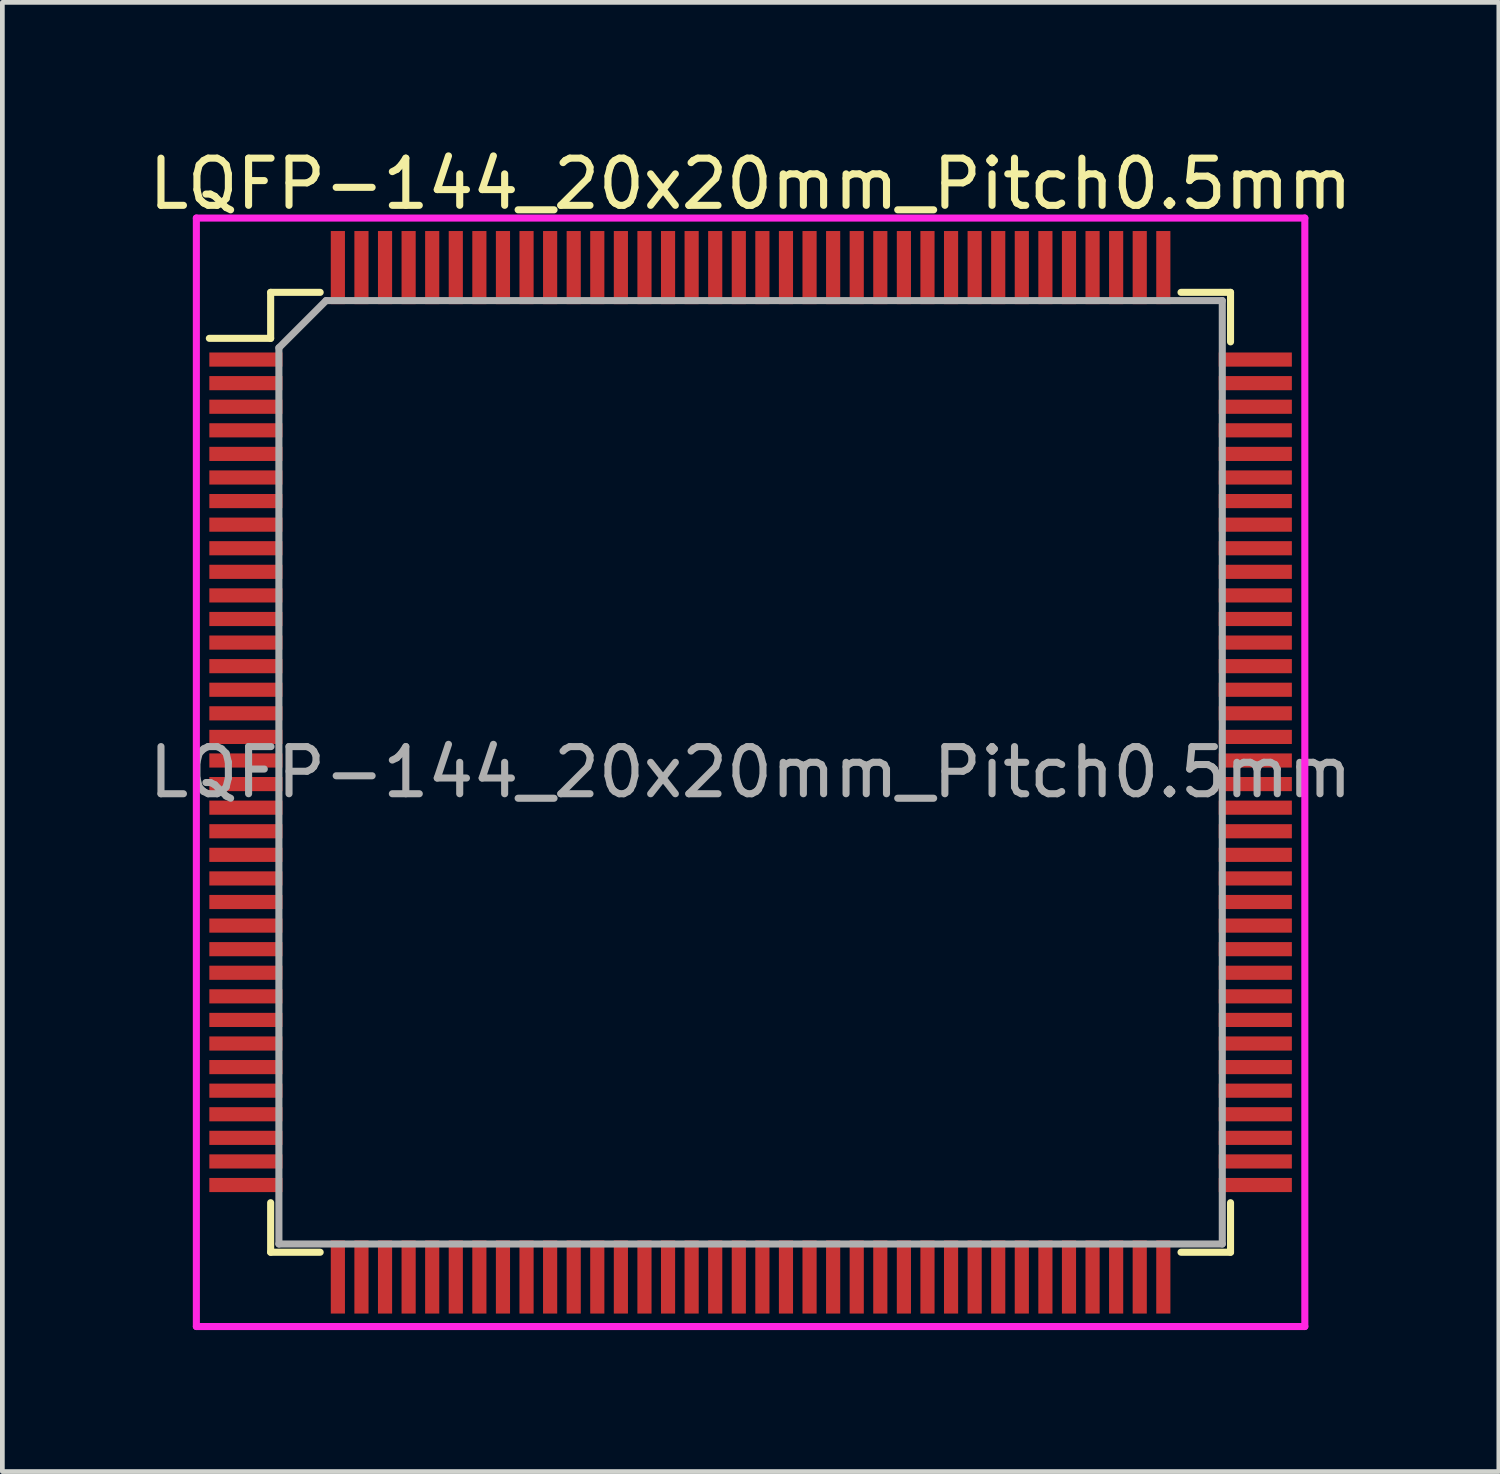
<source format=kicad_pcb>
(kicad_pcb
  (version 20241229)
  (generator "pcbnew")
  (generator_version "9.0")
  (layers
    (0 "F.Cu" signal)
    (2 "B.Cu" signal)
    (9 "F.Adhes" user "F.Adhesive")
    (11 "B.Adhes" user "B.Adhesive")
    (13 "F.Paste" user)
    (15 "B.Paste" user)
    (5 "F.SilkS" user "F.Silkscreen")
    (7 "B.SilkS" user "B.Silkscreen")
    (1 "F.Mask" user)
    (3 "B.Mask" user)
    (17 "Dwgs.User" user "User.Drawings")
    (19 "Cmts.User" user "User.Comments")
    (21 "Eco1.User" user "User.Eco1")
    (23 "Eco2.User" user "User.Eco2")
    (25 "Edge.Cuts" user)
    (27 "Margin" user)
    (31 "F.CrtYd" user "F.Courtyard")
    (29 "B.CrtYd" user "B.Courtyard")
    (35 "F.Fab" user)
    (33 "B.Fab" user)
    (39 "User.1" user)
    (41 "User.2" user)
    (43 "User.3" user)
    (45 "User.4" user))
  (footprint "LQFP-144_20x20mm_Pitch0.5mm"
    (layer "F.Cu")
    (at 12.863 13.323)
    (property "Reference" "LQFP-144_20x20mm_Pitch0.5mm" (at 0 -12.475 0) (layer "F.SilkS") (effects (font (size 1 1) (thickness 0.15))))
    (attr smd)
    (fp_line (start -10.175 -10.175) (end -10.175 -9.2) (stroke (width 0.15) (type solid)) (layer "F.SilkS"))
    (fp_line (start -10.175 -10.175) (end -9.125 -10.175) (stroke (width 0.15) (type solid)) (layer "F.SilkS"))
    (fp_line (start -10.175 -9.2) (end -11.475 -9.2) (stroke (width 0.15) (type solid)) (layer "F.SilkS"))
    (fp_line (start -10.175 10.175) (end -10.175 9.125) (stroke (width 0.15) (type solid)) (layer "F.SilkS"))
    (fp_line (start -10.175 10.175) (end -9.125 10.175) (stroke (width 0.15) (type solid)) (layer "F.SilkS"))
    (fp_line (start 10.175 -10.175) (end 9.125 -10.175) (stroke (width 0.15) (type solid)) (layer "F.SilkS"))
    (fp_line (start 10.175 -10.175) (end 10.175 -9.125) (stroke (width 0.15) (type solid)) (layer "F.SilkS"))
    (fp_line (start 10.175 10.175) (end 9.125 10.175) (stroke (width 0.15) (type solid)) (layer "F.SilkS"))
    (fp_line (start 10.175 10.175) (end 10.175 9.125) (stroke (width 0.15) (type solid)) (layer "F.SilkS"))
    (fp_line (start -11.75 -11.75) (end -11.75 11.75) (stroke (width 0.15) (type solid)) (layer "F.CrtYd"))
    (fp_line (start -11.75 -11.75) (end 11.75 -11.75) (stroke (width 0.15) (type solid)) (layer "F.CrtYd"))
    (fp_line (start -11.75 11.75) (end 11.75 11.75) (stroke (width 0.15) (type solid)) (layer "F.CrtYd"))
    (fp_line (start 11.75 -11.75) (end 11.75 11.75) (stroke (width 0.15) (type solid)) (layer "F.CrtYd"))
    (fp_line (start -10 -9) (end -9 -10) (stroke (width 0.15) (type solid)) (layer "F.Fab"))
    (fp_line (start -10 10) (end -10 -9) (stroke (width 0.15) (type solid)) (layer "F.Fab"))
    (fp_line (start -9 -10) (end 10 -10) (stroke (width 0.15) (type solid)) (layer "F.Fab"))
    (fp_line (start 10 -10) (end 10 10) (stroke (width 0.15) (type solid)) (layer "F.Fab"))
    (fp_line (start 10 10) (end -10 10) (stroke (width 0.15) (type solid)) (layer "F.Fab"))
    (fp_text user "${REFERENCE}" (at 0 0 0) (layer "F.Fab") (effects (font (size 1 1) (thickness 0.15))))
    (pad "1" smd rect (at -10.7 -8.75) (size 1.55 0.3) (layers "F.Cu" "F.Mask" "F.Paste"))
    (pad "2" smd rect (at -10.7 -8.25) (size 1.55 0.3) (layers "F.Cu" "F.Mask" "F.Paste"))
    (pad "3" smd rect (at -10.7 -7.75) (size 1.55 0.3) (layers "F.Cu" "F.Mask" "F.Paste"))
    (pad "4" smd rect (at -10.7 -7.25) (size 1.55 0.3) (layers "F.Cu" "F.Mask" "F.Paste"))
    (pad "5" smd rect (at -10.7 -6.75) (size 1.55 0.3) (layers "F.Cu" "F.Mask" "F.Paste"))
    (pad "6" smd rect (at -10.7 -6.25) (size 1.55 0.3) (layers "F.Cu" "F.Mask" "F.Paste"))
    (pad "7" smd rect (at -10.7 -5.75) (size 1.55 0.3) (layers "F.Cu" "F.Mask" "F.Paste"))
    (pad "8" smd rect (at -10.7 -5.25) (size 1.55 0.3) (layers "F.Cu" "F.Mask" "F.Paste"))
    (pad "9" smd rect (at -10.7 -4.75) (size 1.55 0.3) (layers "F.Cu" "F.Mask" "F.Paste"))
    (pad "10" smd rect (at -10.7 -4.25) (size 1.55 0.3) (layers "F.Cu" "F.Mask" "F.Paste"))
    (pad "11" smd rect (at -10.7 -3.75) (size 1.55 0.3) (layers "F.Cu" "F.Mask" "F.Paste"))
    (pad "12" smd rect (at -10.7 -3.25) (size 1.55 0.3) (layers "F.Cu" "F.Mask" "F.Paste"))
    (pad "13" smd rect (at -10.7 -2.75) (size 1.55 0.3) (layers "F.Cu" "F.Mask" "F.Paste"))
    (pad "14" smd rect (at -10.7 -2.25) (size 1.55 0.3) (layers "F.Cu" "F.Mask" "F.Paste"))
    (pad "15" smd rect (at -10.7 -1.75) (size 1.55 0.3) (layers "F.Cu" "F.Mask" "F.Paste"))
    (pad "16" smd rect (at -10.7 -1.25) (size 1.55 0.3) (layers "F.Cu" "F.Mask" "F.Paste"))
    (pad "17" smd rect (at -10.7 -0.75) (size 1.55 0.3) (layers "F.Cu" "F.Mask" "F.Paste"))
    (pad "18" smd rect (at -10.7 -0.25) (size 1.55 0.3) (layers "F.Cu" "F.Mask" "F.Paste"))
    (pad "19" smd rect (at -10.7 0.25) (size 1.55 0.3) (layers "F.Cu" "F.Mask" "F.Paste"))
    (pad "20" smd rect (at -10.7 0.75) (size 1.55 0.3) (layers "F.Cu" "F.Mask" "F.Paste"))
    (pad "21" smd rect (at -10.7 1.25) (size 1.55 0.3) (layers "F.Cu" "F.Mask" "F.Paste"))
    (pad "22" smd rect (at -10.7 1.75) (size 1.55 0.3) (layers "F.Cu" "F.Mask" "F.Paste"))
    (pad "23" smd rect (at -10.7 2.25) (size 1.55 0.3) (layers "F.Cu" "F.Mask" "F.Paste"))
    (pad "24" smd rect (at -10.7 2.75) (size 1.55 0.3) (layers "F.Cu" "F.Mask" "F.Paste"))
    (pad "25" smd rect (at -10.7 3.25) (size 1.55 0.3) (layers "F.Cu" "F.Mask" "F.Paste"))
    (pad "26" smd rect (at -10.7 3.75) (size 1.55 0.3) (layers "F.Cu" "F.Mask" "F.Paste"))
    (pad "27" smd rect (at -10.7 4.25) (size 1.55 0.3) (layers "F.Cu" "F.Mask" "F.Paste"))
    (pad "28" smd rect (at -10.7 4.75) (size 1.55 0.3) (layers "F.Cu" "F.Mask" "F.Paste"))
    (pad "29" smd rect (at -10.7 5.25) (size 1.55 0.3) (layers "F.Cu" "F.Mask" "F.Paste"))
    (pad "30" smd rect (at -10.7 5.75) (size 1.55 0.3) (layers "F.Cu" "F.Mask" "F.Paste"))
    (pad "31" smd rect (at -10.7 6.25) (size 1.55 0.3) (layers "F.Cu" "F.Mask" "F.Paste"))
    (pad "32" smd rect (at -10.7 6.75) (size 1.55 0.3) (layers "F.Cu" "F.Mask" "F.Paste"))
    (pad "33" smd rect (at -10.7 7.25) (size 1.55 0.3) (layers "F.Cu" "F.Mask" "F.Paste"))
    (pad "34" smd rect (at -10.7 7.75) (size 1.55 0.3) (layers "F.Cu" "F.Mask" "F.Paste"))
    (pad "35" smd rect (at -10.7 8.25) (size 1.55 0.3) (layers "F.Cu" "F.Mask" "F.Paste"))
    (pad "36" smd rect (at -10.7 8.75) (size 1.55 0.3) (layers "F.Cu" "F.Mask" "F.Paste"))
    (pad "37" smd rect (at -8.75 10.7 90) (size 1.55 0.3) (layers "F.Cu" "F.Mask" "F.Paste"))
    (pad "38" smd rect (at -8.25 10.7 90) (size 1.55 0.3) (layers "F.Cu" "F.Mask" "F.Paste"))
    (pad "39" smd rect (at -7.75 10.7 90) (size 1.55 0.3) (layers "F.Cu" "F.Mask" "F.Paste"))
    (pad "40" smd rect (at -7.25 10.7 90) (size 1.55 0.3) (layers "F.Cu" "F.Mask" "F.Paste"))
    (pad "41" smd rect (at -6.75 10.7 90) (size 1.55 0.3) (layers "F.Cu" "F.Mask" "F.Paste"))
    (pad "42" smd rect (at -6.25 10.7 90) (size 1.55 0.3) (layers "F.Cu" "F.Mask" "F.Paste"))
    (pad "43" smd rect (at -5.75 10.7 90) (size 1.55 0.3) (layers "F.Cu" "F.Mask" "F.Paste"))
    (pad "44" smd rect (at -5.25 10.7 90) (size 1.55 0.3) (layers "F.Cu" "F.Mask" "F.Paste"))
    (pad "45" smd rect (at -4.75 10.7 90) (size 1.55 0.3) (layers "F.Cu" "F.Mask" "F.Paste"))
    (pad "46" smd rect (at -4.25 10.7 90) (size 1.55 0.3) (layers "F.Cu" "F.Mask" "F.Paste"))
    (pad "47" smd rect (at -3.75 10.7 90) (size 1.55 0.3) (layers "F.Cu" "F.Mask" "F.Paste"))
    (pad "48" smd rect (at -3.25 10.7 90) (size 1.55 0.3) (layers "F.Cu" "F.Mask" "F.Paste"))
    (pad "49" smd rect (at -2.75 10.7 90) (size 1.55 0.3) (layers "F.Cu" "F.Mask" "F.Paste"))
    (pad "50" smd rect (at -2.25 10.7 90) (size 1.55 0.3) (layers "F.Cu" "F.Mask" "F.Paste"))
    (pad "51" smd rect (at -1.75 10.7 90) (size 1.55 0.3) (layers "F.Cu" "F.Mask" "F.Paste"))
    (pad "52" smd rect (at -1.25 10.7 90) (size 1.55 0.3) (layers "F.Cu" "F.Mask" "F.Paste"))
    (pad "53" smd rect (at -0.75 10.7 90) (size 1.55 0.3) (layers "F.Cu" "F.Mask" "F.Paste"))
    (pad "54" smd rect (at -0.25 10.7 90) (size 1.55 0.3) (layers "F.Cu" "F.Mask" "F.Paste"))
    (pad "55" smd rect (at 0.25 10.7 90) (size 1.55 0.3) (layers "F.Cu" "F.Mask" "F.Paste"))
    (pad "56" smd rect (at 0.75 10.7 90) (size 1.55 0.3) (layers "F.Cu" "F.Mask" "F.Paste"))
    (pad "57" smd rect (at 1.25 10.7 90) (size 1.55 0.3) (layers "F.Cu" "F.Mask" "F.Paste"))
    (pad "58" smd rect (at 1.75 10.7 90) (size 1.55 0.3) (layers "F.Cu" "F.Mask" "F.Paste"))
    (pad "59" smd rect (at 2.25 10.7 90) (size 1.55 0.3) (layers "F.Cu" "F.Mask" "F.Paste"))
    (pad "60" smd rect (at 2.75 10.7 90) (size 1.55 0.3) (layers "F.Cu" "F.Mask" "F.Paste"))
    (pad "61" smd rect (at 3.25 10.7 90) (size 1.55 0.3) (layers "F.Cu" "F.Mask" "F.Paste"))
    (pad "62" smd rect (at 3.75 10.7 90) (size 1.55 0.3) (layers "F.Cu" "F.Mask" "F.Paste"))
    (pad "63" smd rect (at 4.25 10.7 90) (size 1.55 0.3) (layers "F.Cu" "F.Mask" "F.Paste"))
    (pad "64" smd rect (at 4.75 10.7 90) (size 1.55 0.3) (layers "F.Cu" "F.Mask" "F.Paste"))
    (pad "65" smd rect (at 5.25 10.7 90) (size 1.55 0.3) (layers "F.Cu" "F.Mask" "F.Paste"))
    (pad "66" smd rect (at 5.75 10.7 90) (size 1.55 0.3) (layers "F.Cu" "F.Mask" "F.Paste"))
    (pad "67" smd rect (at 6.25 10.7 90) (size 1.55 0.3) (layers "F.Cu" "F.Mask" "F.Paste"))
    (pad "68" smd rect (at 6.75 10.7 90) (size 1.55 0.3) (layers "F.Cu" "F.Mask" "F.Paste"))
    (pad "69" smd rect (at 7.25 10.7 90) (size 1.55 0.3) (layers "F.Cu" "F.Mask" "F.Paste"))
    (pad "70" smd rect (at 7.75 10.7 90) (size 1.55 0.3) (layers "F.Cu" "F.Mask" "F.Paste"))
    (pad "71" smd rect (at 8.25 10.7 90) (size 1.55 0.3) (layers "F.Cu" "F.Mask" "F.Paste"))
    (pad "72" smd rect (at 8.75 10.7 90) (size 1.55 0.3) (layers "F.Cu" "F.Mask" "F.Paste"))
    (pad "73" smd rect (at 10.7 8.75) (size 1.55 0.3) (layers "F.Cu" "F.Mask" "F.Paste"))
    (pad "74" smd rect (at 10.7 8.25) (size 1.55 0.3) (layers "F.Cu" "F.Mask" "F.Paste"))
    (pad "75" smd rect (at 10.7 7.75) (size 1.55 0.3) (layers "F.Cu" "F.Mask" "F.Paste"))
    (pad "76" smd rect (at 10.7 7.25) (size 1.55 0.3) (layers "F.Cu" "F.Mask" "F.Paste"))
    (pad "77" smd rect (at 10.7 6.75) (size 1.55 0.3) (layers "F.Cu" "F.Mask" "F.Paste"))
    (pad "78" smd rect (at 10.7 6.25) (size 1.55 0.3) (layers "F.Cu" "F.Mask" "F.Paste"))
    (pad "79" smd rect (at 10.7 5.75) (size 1.55 0.3) (layers "F.Cu" "F.Mask" "F.Paste"))
    (pad "80" smd rect (at 10.7 5.25) (size 1.55 0.3) (layers "F.Cu" "F.Mask" "F.Paste"))
    (pad "81" smd rect (at 10.7 4.75) (size 1.55 0.3) (layers "F.Cu" "F.Mask" "F.Paste"))
    (pad "82" smd rect (at 10.7 4.25) (size 1.55 0.3) (layers "F.Cu" "F.Mask" "F.Paste"))
    (pad "83" smd rect (at 10.7 3.75) (size 1.55 0.3) (layers "F.Cu" "F.Mask" "F.Paste"))
    (pad "84" smd rect (at 10.7 3.25) (size 1.55 0.3) (layers "F.Cu" "F.Mask" "F.Paste"))
    (pad "85" smd rect (at 10.7 2.75) (size 1.55 0.3) (layers "F.Cu" "F.Mask" "F.Paste"))
    (pad "86" smd rect (at 10.7 2.25) (size 1.55 0.3) (layers "F.Cu" "F.Mask" "F.Paste"))
    (pad "87" smd rect (at 10.7 1.75) (size 1.55 0.3) (layers "F.Cu" "F.Mask" "F.Paste"))
    (pad "88" smd rect (at 10.7 1.25) (size 1.55 0.3) (layers "F.Cu" "F.Mask" "F.Paste"))
    (pad "89" smd rect (at 10.7 0.75) (size 1.55 0.3) (layers "F.Cu" "F.Mask" "F.Paste"))
    (pad "90" smd rect (at 10.7 0.25) (size 1.55 0.3) (layers "F.Cu" "F.Mask" "F.Paste"))
    (pad "91" smd rect (at 10.7 -0.25) (size 1.55 0.3) (layers "F.Cu" "F.Mask" "F.Paste"))
    (pad "92" smd rect (at 10.7 -0.75) (size 1.55 0.3) (layers "F.Cu" "F.Mask" "F.Paste"))
    (pad "93" smd rect (at 10.7 -1.25) (size 1.55 0.3) (layers "F.Cu" "F.Mask" "F.Paste"))
    (pad "94" smd rect (at 10.7 -1.75) (size 1.55 0.3) (layers "F.Cu" "F.Mask" "F.Paste"))
    (pad "95" smd rect (at 10.7 -2.25) (size 1.55 0.3) (layers "F.Cu" "F.Mask" "F.Paste"))
    (pad "96" smd rect (at 10.7 -2.75) (size 1.55 0.3) (layers "F.Cu" "F.Mask" "F.Paste"))
    (pad "97" smd rect (at 10.7 -3.25) (size 1.55 0.3) (layers "F.Cu" "F.Mask" "F.Paste"))
    (pad "98" smd rect (at 10.7 -3.75) (size 1.55 0.3) (layers "F.Cu" "F.Mask" "F.Paste"))
    (pad "99" smd rect (at 10.7 -4.25) (size 1.55 0.3) (layers "F.Cu" "F.Mask" "F.Paste"))
    (pad "100" smd rect (at 10.7 -4.75) (size 1.55 0.3) (layers "F.Cu" "F.Mask" "F.Paste"))
    (pad "101" smd rect (at 10.7 -5.25) (size 1.55 0.3) (layers "F.Cu" "F.Mask" "F.Paste"))
    (pad "102" smd rect (at 10.7 -5.75) (size 1.55 0.3) (layers "F.Cu" "F.Mask" "F.Paste"))
    (pad "103" smd rect (at 10.7 -6.25) (size 1.55 0.3) (layers "F.Cu" "F.Mask" "F.Paste"))
    (pad "104" smd rect (at 10.7 -6.75) (size 1.55 0.3) (layers "F.Cu" "F.Mask" "F.Paste"))
    (pad "105" smd rect (at 10.7 -7.25) (size 1.55 0.3) (layers "F.Cu" "F.Mask" "F.Paste"))
    (pad "106" smd rect (at 10.7 -7.75) (size 1.55 0.3) (layers "F.Cu" "F.Mask" "F.Paste"))
    (pad "107" smd rect (at 10.7 -8.25) (size 1.55 0.3) (layers "F.Cu" "F.Mask" "F.Paste"))
    (pad "108" smd rect (at 10.7 -8.75) (size 1.55 0.3) (layers "F.Cu" "F.Mask" "F.Paste"))
    (pad "109" smd rect (at 8.75 -10.7 90) (size 1.55 0.3) (layers "F.Cu" "F.Mask" "F.Paste"))
    (pad "110" smd rect (at 8.25 -10.7 90) (size 1.55 0.3) (layers "F.Cu" "F.Mask" "F.Paste"))
    (pad "111" smd rect (at 7.75 -10.7 90) (size 1.55 0.3) (layers "F.Cu" "F.Mask" "F.Paste"))
    (pad "112" smd rect (at 7.25 -10.7 90) (size 1.55 0.3) (layers "F.Cu" "F.Mask" "F.Paste"))
    (pad "113" smd rect (at 6.75 -10.7 90) (size 1.55 0.3) (layers "F.Cu" "F.Mask" "F.Paste"))
    (pad "114" smd rect (at 6.25 -10.7 90) (size 1.55 0.3) (layers "F.Cu" "F.Mask" "F.Paste"))
    (pad "115" smd rect (at 5.75 -10.7 90) (size 1.55 0.3) (layers "F.Cu" "F.Mask" "F.Paste"))
    (pad "116" smd rect (at 5.25 -10.7 90) (size 1.55 0.3) (layers "F.Cu" "F.Mask" "F.Paste"))
    (pad "117" smd rect (at 4.75 -10.7 90) (size 1.55 0.3) (layers "F.Cu" "F.Mask" "F.Paste"))
    (pad "118" smd rect (at 4.25 -10.7 90) (size 1.55 0.3) (layers "F.Cu" "F.Mask" "F.Paste"))
    (pad "119" smd rect (at 3.75 -10.7 90) (size 1.55 0.3) (layers "F.Cu" "F.Mask" "F.Paste"))
    (pad "120" smd rect (at 3.25 -10.7 90) (size 1.55 0.3) (layers "F.Cu" "F.Mask" "F.Paste"))
    (pad "121" smd rect (at 2.75 -10.7 90) (size 1.55 0.3) (layers "F.Cu" "F.Mask" "F.Paste"))
    (pad "122" smd rect (at 2.25 -10.7 90) (size 1.55 0.3) (layers "F.Cu" "F.Mask" "F.Paste"))
    (pad "123" smd rect (at 1.75 -10.7 90) (size 1.55 0.3) (layers "F.Cu" "F.Mask" "F.Paste"))
    (pad "124" smd rect (at 1.25 -10.7 90) (size 1.55 0.3) (layers "F.Cu" "F.Mask" "F.Paste"))
    (pad "125" smd rect (at 0.75 -10.7 90) (size 1.55 0.3) (layers "F.Cu" "F.Mask" "F.Paste"))
    (pad "126" smd rect (at 0.25 -10.7 90) (size 1.55 0.3) (layers "F.Cu" "F.Mask" "F.Paste"))
    (pad "127" smd rect (at -0.25 -10.7 90) (size 1.55 0.3) (layers "F.Cu" "F.Mask" "F.Paste"))
    (pad "128" smd rect (at -0.75 -10.7 90) (size 1.55 0.3) (layers "F.Cu" "F.Mask" "F.Paste"))
    (pad "129" smd rect (at -1.25 -10.7 90) (size 1.55 0.3) (layers "F.Cu" "F.Mask" "F.Paste"))
    (pad "130" smd rect (at -1.75 -10.7 90) (size 1.55 0.3) (layers "F.Cu" "F.Mask" "F.Paste"))
    (pad "131" smd rect (at -2.25 -10.7 90) (size 1.55 0.3) (layers "F.Cu" "F.Mask" "F.Paste"))
    (pad "132" smd rect (at -2.75 -10.7 90) (size 1.55 0.3) (layers "F.Cu" "F.Mask" "F.Paste"))
    (pad "133" smd rect (at -3.25 -10.7 90) (size 1.55 0.3) (layers "F.Cu" "F.Mask" "F.Paste"))
    (pad "134" smd rect (at -3.75 -10.7 90) (size 1.55 0.3) (layers "F.Cu" "F.Mask" "F.Paste"))
    (pad "135" smd rect (at -4.25 -10.7 90) (size 1.55 0.3) (layers "F.Cu" "F.Mask" "F.Paste"))
    (pad "136" smd rect (at -4.75 -10.7 90) (size 1.55 0.3) (layers "F.Cu" "F.Mask" "F.Paste"))
    (pad "137" smd rect (at -5.25 -10.7 90) (size 1.55 0.3) (layers "F.Cu" "F.Mask" "F.Paste"))
    (pad "138" smd rect (at -5.75 -10.7 90) (size 1.55 0.3) (layers "F.Cu" "F.Mask" "F.Paste"))
    (pad "139" smd rect (at -6.25 -10.7 90) (size 1.55 0.3) (layers "F.Cu" "F.Mask" "F.Paste"))
    (pad "140" smd rect (at -6.75 -10.7 90) (size 1.55 0.3) (layers "F.Cu" "F.Mask" "F.Paste"))
    (pad "141" smd rect (at -7.25 -10.7 90) (size 1.55 0.3) (layers "F.Cu" "F.Mask" "F.Paste"))
    (pad "142" smd rect (at -7.75 -10.7 90) (size 1.55 0.3) (layers "F.Cu" "F.Mask" "F.Paste"))
    (pad "143" smd rect (at -8.25 -10.7 90) (size 1.55 0.3) (layers "F.Cu" "F.Mask" "F.Paste"))
    (pad "144" smd rect (at -8.75 -10.7 90) (size 1.55 0.3) (layers "F.Cu" "F.Mask" "F.Paste")))
  (gr_rect
    (start -3 -3)
    (end 28.726 28.148)
    (stroke (width 0.1) (type default))
    (fill no)
    (layer "Edge.Cuts")))
</source>
